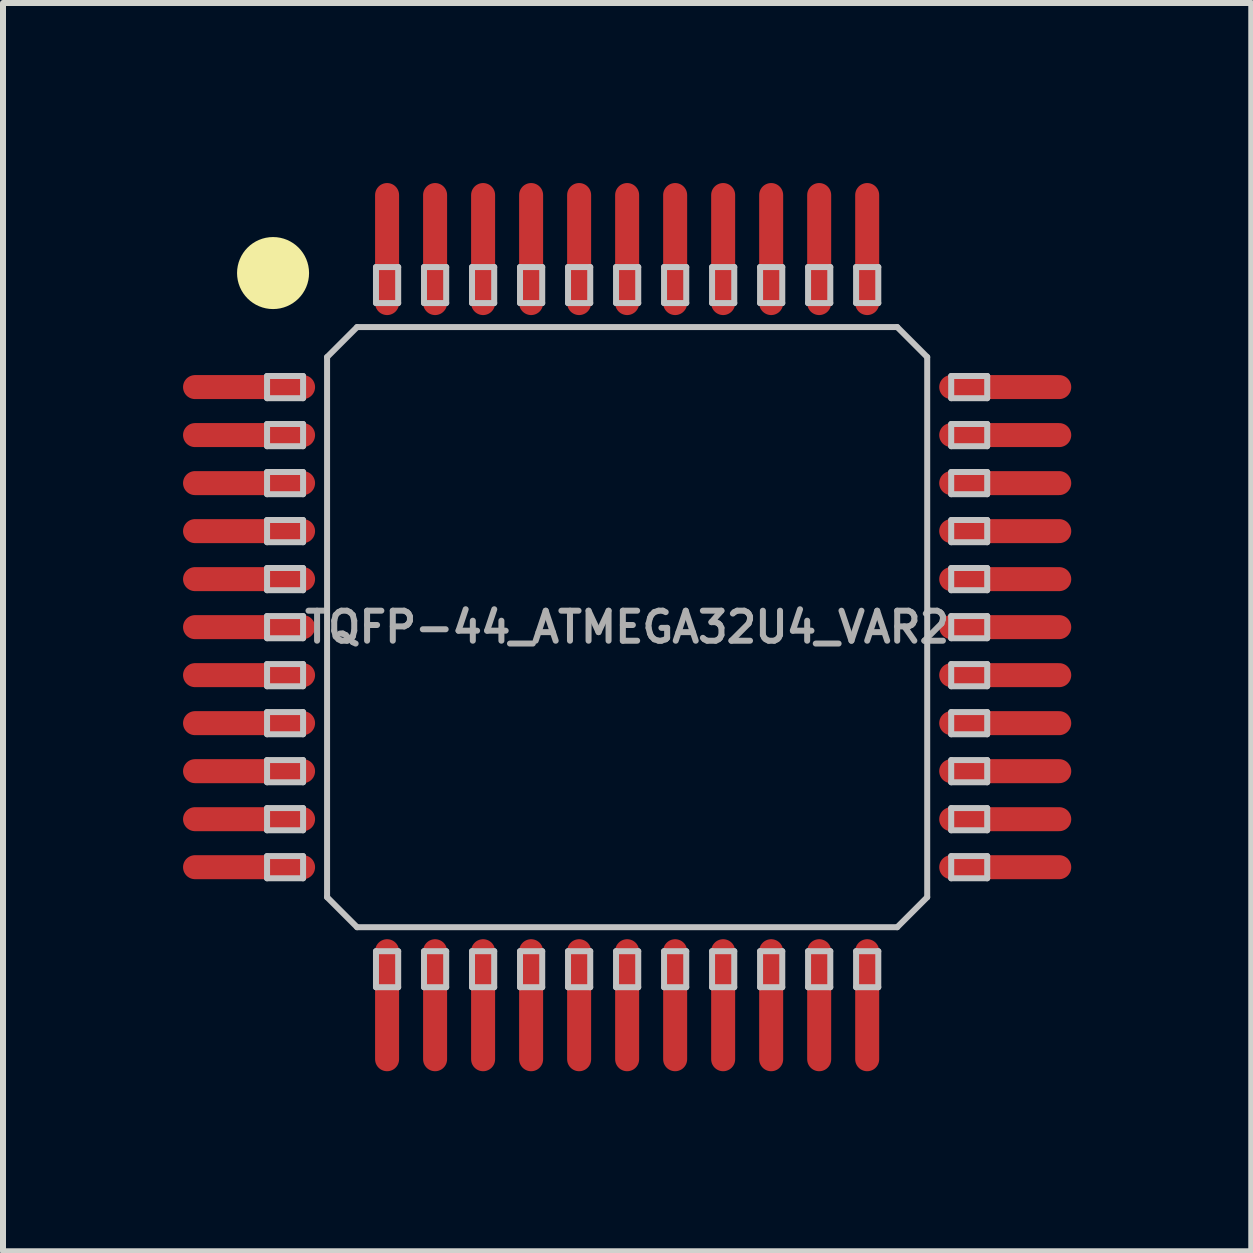
<source format=kicad_pcb>
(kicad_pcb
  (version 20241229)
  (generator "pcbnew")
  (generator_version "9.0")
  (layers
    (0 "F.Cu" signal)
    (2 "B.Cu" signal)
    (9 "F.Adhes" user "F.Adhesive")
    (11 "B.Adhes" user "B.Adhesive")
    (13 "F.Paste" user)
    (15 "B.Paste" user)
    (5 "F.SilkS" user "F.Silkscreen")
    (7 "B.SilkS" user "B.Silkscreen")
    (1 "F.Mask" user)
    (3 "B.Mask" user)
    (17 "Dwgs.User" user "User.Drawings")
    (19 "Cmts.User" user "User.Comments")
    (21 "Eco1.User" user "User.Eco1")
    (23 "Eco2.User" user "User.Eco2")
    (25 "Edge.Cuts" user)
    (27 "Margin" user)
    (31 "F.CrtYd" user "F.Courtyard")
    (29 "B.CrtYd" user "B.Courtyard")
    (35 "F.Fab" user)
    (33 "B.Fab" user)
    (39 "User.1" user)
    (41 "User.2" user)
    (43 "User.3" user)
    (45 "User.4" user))
  (footprint "TQFP-44_ATMEGA32U4_VAR2"
    (layer "F.Cu")
    (at 7.4 7.4)
    (property "Reference" "TQFP-44_ATMEGA32U4_VAR2" (at 0 0 0) (layer "F.Fab") (effects (font (size 0.5 0.5) (thickness 0.1))))
    (attr smd)
    (fp_circle (center -5.9 -5.9) (end -5.9 -5.6) (stroke (width 0.6) (type solid)) (fill no) (layer "F.SilkS"))
    (fp_line (start -6 -4.185) (end -5.4 -4.185) (stroke (width 0.1) (type solid)) (layer "Dwgs.User"))
    (fp_line (start -6 -3.815) (end -6 -4.185) (stroke (width 0.1) (type solid)) (layer "Dwgs.User"))
    (fp_line (start -6 -3.815) (end -5.4 -3.815) (stroke (width 0.1) (type solid)) (layer "Dwgs.User"))
    (fp_line (start -6 -3.385) (end -5.4 -3.385) (stroke (width 0.1) (type solid)) (layer "Dwgs.User"))
    (fp_line (start -6 -3.015) (end -6 -3.385) (stroke (width 0.1) (type solid)) (layer "Dwgs.User"))
    (fp_line (start -6 -3.015) (end -5.4 -3.015) (stroke (width 0.1) (type solid)) (layer "Dwgs.User"))
    (fp_line (start -6 -2.585) (end -5.4 -2.585) (stroke (width 0.1) (type solid)) (layer "Dwgs.User"))
    (fp_line (start -6 -2.215) (end -6 -2.585) (stroke (width 0.1) (type solid)) (layer "Dwgs.User"))
    (fp_line (start -6 -2.215) (end -5.4 -2.215) (stroke (width 0.1) (type solid)) (layer "Dwgs.User"))
    (fp_line (start -6 -1.785) (end -5.4 -1.785) (stroke (width 0.1) (type solid)) (layer "Dwgs.User"))
    (fp_line (start -6 -1.415) (end -6 -1.785) (stroke (width 0.1) (type solid)) (layer "Dwgs.User"))
    (fp_line (start -6 -1.415) (end -5.4 -1.415) (stroke (width 0.1) (type solid)) (layer "Dwgs.User"))
    (fp_line (start -6 -0.985) (end -5.4 -0.985) (stroke (width 0.1) (type solid)) (layer "Dwgs.User"))
    (fp_line (start -6 -0.615) (end -6 -0.985) (stroke (width 0.1) (type solid)) (layer "Dwgs.User"))
    (fp_line (start -6 -0.615) (end -5.4 -0.615) (stroke (width 0.1) (type solid)) (layer "Dwgs.User"))
    (fp_line (start -6 -0.185) (end -5.4 -0.185) (stroke (width 0.1) (type solid)) (layer "Dwgs.User"))
    (fp_line (start -6 0.185) (end -6 -0.185) (stroke (width 0.1) (type solid)) (layer "Dwgs.User"))
    (fp_line (start -6 0.185) (end -5.4 0.185) (stroke (width 0.1) (type solid)) (layer "Dwgs.User"))
    (fp_line (start -6 0.615) (end -5.4 0.615) (stroke (width 0.1) (type solid)) (layer "Dwgs.User"))
    (fp_line (start -6 0.985) (end -6 0.615) (stroke (width 0.1) (type solid)) (layer "Dwgs.User"))
    (fp_line (start -6 0.985) (end -5.4 0.985) (stroke (width 0.1) (type solid)) (layer "Dwgs.User"))
    (fp_line (start -6 1.415) (end -5.4 1.415) (stroke (width 0.1) (type solid)) (layer "Dwgs.User"))
    (fp_line (start -6 1.785) (end -6 1.415) (stroke (width 0.1) (type solid)) (layer "Dwgs.User"))
    (fp_line (start -6 1.785) (end -5.4 1.785) (stroke (width 0.1) (type solid)) (layer "Dwgs.User"))
    (fp_line (start -6 2.215) (end -5.4 2.215) (stroke (width 0.1) (type solid)) (layer "Dwgs.User"))
    (fp_line (start -6 2.585) (end -6 2.215) (stroke (width 0.1) (type solid)) (layer "Dwgs.User"))
    (fp_line (start -6 2.585) (end -5.4 2.585) (stroke (width 0.1) (type solid)) (layer "Dwgs.User"))
    (fp_line (start -6 3.015) (end -5.4 3.015) (stroke (width 0.1) (type solid)) (layer "Dwgs.User"))
    (fp_line (start -6 3.385) (end -6 3.015) (stroke (width 0.1) (type solid)) (layer "Dwgs.User"))
    (fp_line (start -6 3.385) (end -5.4 3.385) (stroke (width 0.1) (type solid)) (layer "Dwgs.User"))
    (fp_line (start -6 3.815) (end -5.4 3.815) (stroke (width 0.1) (type solid)) (layer "Dwgs.User"))
    (fp_line (start -6 4.185) (end -6 3.815) (stroke (width 0.1) (type solid)) (layer "Dwgs.User"))
    (fp_line (start -6 4.185) (end -5.4 4.185) (stroke (width 0.1) (type solid)) (layer "Dwgs.User"))
    (fp_line (start -5.4 -3.815) (end -5.4 -4.185) (stroke (width 0.1) (type solid)) (layer "Dwgs.User"))
    (fp_line (start -5.4 -3.015) (end -5.4 -3.385) (stroke (width 0.1) (type solid)) (layer "Dwgs.User"))
    (fp_line (start -5.4 -2.215) (end -5.4 -2.585) (stroke (width 0.1) (type solid)) (layer "Dwgs.User"))
    (fp_line (start -5.4 -1.415) (end -5.4 -1.785) (stroke (width 0.1) (type solid)) (layer "Dwgs.User"))
    (fp_line (start -5.4 -0.615) (end -5.4 -0.985) (stroke (width 0.1) (type solid)) (layer "Dwgs.User"))
    (fp_line (start -5.4 0.185) (end -5.4 -0.185) (stroke (width 0.1) (type solid)) (layer "Dwgs.User"))
    (fp_line (start -5.4 0.985) (end -5.4 0.615) (stroke (width 0.1) (type solid)) (layer "Dwgs.User"))
    (fp_line (start -5.4 1.785) (end -5.4 1.415) (stroke (width 0.1) (type solid)) (layer "Dwgs.User"))
    (fp_line (start -5.4 2.585) (end -5.4 2.215) (stroke (width 0.1) (type solid)) (layer "Dwgs.User"))
    (fp_line (start -5.4 3.385) (end -5.4 3.015) (stroke (width 0.1) (type solid)) (layer "Dwgs.User"))
    (fp_line (start -5.4 4.185) (end -5.4 3.815) (stroke (width 0.1) (type solid)) (layer "Dwgs.User"))
    (fp_line (start -5 -4.5) (end -5 4.5) (stroke (width 0.1) (type solid)) (layer "Dwgs.User"))
    (fp_line (start -5 -4.5) (end -4.5 -5) (stroke (width 0.1) (type solid)) (layer "Dwgs.User"))
    (fp_line (start -5 4.5) (end -4.5 5) (stroke (width 0.1) (type solid)) (layer "Dwgs.User"))
    (fp_line (start -4.5 -5) (end 4.5 -5) (stroke (width 0.1) (type solid)) (layer "Dwgs.User"))
    (fp_line (start -4.5 5) (end 4.5 5) (stroke (width 0.1) (type solid)) (layer "Dwgs.User"))
    (fp_line (start -4.185 -6) (end -4.185 -5.4) (stroke (width 0.1) (type solid)) (layer "Dwgs.User"))
    (fp_line (start -4.185 -6) (end -3.815 -6) (stroke (width 0.1) (type solid)) (layer "Dwgs.User"))
    (fp_line (start -4.185 -5.4) (end -3.815 -5.4) (stroke (width 0.1) (type solid)) (layer "Dwgs.User"))
    (fp_line (start -4.185 5.4) (end -4.185 6) (stroke (width 0.1) (type solid)) (layer "Dwgs.User"))
    (fp_line (start -4.185 5.4) (end -3.815 5.4) (stroke (width 0.1) (type solid)) (layer "Dwgs.User"))
    (fp_line (start -4.185 6) (end -3.815 6) (stroke (width 0.1) (type solid)) (layer "Dwgs.User"))
    (fp_line (start -3.815 -6) (end -3.815 -5.4) (stroke (width 0.1) (type solid)) (layer "Dwgs.User"))
    (fp_line (start -3.815 5.4) (end -3.815 6) (stroke (width 0.1) (type solid)) (layer "Dwgs.User"))
    (fp_line (start -3.385 -6) (end -3.385 -5.4) (stroke (width 0.1) (type solid)) (layer "Dwgs.User"))
    (fp_line (start -3.385 -6) (end -3.015 -6) (stroke (width 0.1) (type solid)) (layer "Dwgs.User"))
    (fp_line (start -3.385 -5.4) (end -3.015 -5.4) (stroke (width 0.1) (type solid)) (layer "Dwgs.User"))
    (fp_line (start -3.385 5.4) (end -3.385 6) (stroke (width 0.1) (type solid)) (layer "Dwgs.User"))
    (fp_line (start -3.385 5.4) (end -3.015 5.4) (stroke (width 0.1) (type solid)) (layer "Dwgs.User"))
    (fp_line (start -3.385 6) (end -3.015 6) (stroke (width 0.1) (type solid)) (layer "Dwgs.User"))
    (fp_line (start -3.015 -6) (end -3.015 -5.4) (stroke (width 0.1) (type solid)) (layer "Dwgs.User"))
    (fp_line (start -3.015 5.4) (end -3.015 6) (stroke (width 0.1) (type solid)) (layer "Dwgs.User"))
    (fp_line (start -2.585 -6) (end -2.585 -5.4) (stroke (width 0.1) (type solid)) (layer "Dwgs.User"))
    (fp_line (start -2.585 -6) (end -2.215 -6) (stroke (width 0.1) (type solid)) (layer "Dwgs.User"))
    (fp_line (start -2.585 -5.4) (end -2.215 -5.4) (stroke (width 0.1) (type solid)) (layer "Dwgs.User"))
    (fp_line (start -2.585 5.4) (end -2.585 6) (stroke (width 0.1) (type solid)) (layer "Dwgs.User"))
    (fp_line (start -2.585 5.4) (end -2.215 5.4) (stroke (width 0.1) (type solid)) (layer "Dwgs.User"))
    (fp_line (start -2.585 6) (end -2.215 6) (stroke (width 0.1) (type solid)) (layer "Dwgs.User"))
    (fp_line (start -2.215 -6) (end -2.215 -5.4) (stroke (width 0.1) (type solid)) (layer "Dwgs.User"))
    (fp_line (start -2.215 5.4) (end -2.215 6) (stroke (width 0.1) (type solid)) (layer "Dwgs.User"))
    (fp_line (start -1.785 -6) (end -1.785 -5.4) (stroke (width 0.1) (type solid)) (layer "Dwgs.User"))
    (fp_line (start -1.785 -6) (end -1.415 -6) (stroke (width 0.1) (type solid)) (layer "Dwgs.User"))
    (fp_line (start -1.785 -5.4) (end -1.415 -5.4) (stroke (width 0.1) (type solid)) (layer "Dwgs.User"))
    (fp_line (start -1.785 5.4) (end -1.785 6) (stroke (width 0.1) (type solid)) (layer "Dwgs.User"))
    (fp_line (start -1.785 5.4) (end -1.415 5.4) (stroke (width 0.1) (type solid)) (layer "Dwgs.User"))
    (fp_line (start -1.785 6) (end -1.415 6) (stroke (width 0.1) (type solid)) (layer "Dwgs.User"))
    (fp_line (start -1.415 -6) (end -1.415 -5.4) (stroke (width 0.1) (type solid)) (layer "Dwgs.User"))
    (fp_line (start -1.415 5.4) (end -1.415 6) (stroke (width 0.1) (type solid)) (layer "Dwgs.User"))
    (fp_line (start -0.985 -6) (end -0.985 -5.4) (stroke (width 0.1) (type solid)) (layer "Dwgs.User"))
    (fp_line (start -0.985 -6) (end -0.615 -6) (stroke (width 0.1) (type solid)) (layer "Dwgs.User"))
    (fp_line (start -0.985 -5.4) (end -0.615 -5.4) (stroke (width 0.1) (type solid)) (layer "Dwgs.User"))
    (fp_line (start -0.985 5.4) (end -0.985 6) (stroke (width 0.1) (type solid)) (layer "Dwgs.User"))
    (fp_line (start -0.985 5.4) (end -0.615 5.4) (stroke (width 0.1) (type solid)) (layer "Dwgs.User"))
    (fp_line (start -0.985 6) (end -0.615 6) (stroke (width 0.1) (type solid)) (layer "Dwgs.User"))
    (fp_line (start -0.615 -6) (end -0.615 -5.4) (stroke (width 0.1) (type solid)) (layer "Dwgs.User"))
    (fp_line (start -0.615 5.4) (end -0.615 6) (stroke (width 0.1) (type solid)) (layer "Dwgs.User"))
    (fp_line (start -0.185 -6) (end -0.185 -5.4) (stroke (width 0.1) (type solid)) (layer "Dwgs.User"))
    (fp_line (start -0.185 -6) (end 0.185 -6) (stroke (width 0.1) (type solid)) (layer "Dwgs.User"))
    (fp_line (start -0.185 -5.4) (end 0.185 -5.4) (stroke (width 0.1) (type solid)) (layer "Dwgs.User"))
    (fp_line (start -0.185 5.4) (end -0.185 6) (stroke (width 0.1) (type solid)) (layer "Dwgs.User"))
    (fp_line (start -0.185 5.4) (end 0.185 5.4) (stroke (width 0.1) (type solid)) (layer "Dwgs.User"))
    (fp_line (start -0.185 6) (end 0.185 6) (stroke (width 0.1) (type solid)) (layer "Dwgs.User"))
    (fp_line (start 0.185 -6) (end 0.185 -5.4) (stroke (width 0.1) (type solid)) (layer "Dwgs.User"))
    (fp_line (start 0.185 5.4) (end 0.185 6) (stroke (width 0.1) (type solid)) (layer "Dwgs.User"))
    (fp_line (start 0.615 -6) (end 0.615 -5.4) (stroke (width 0.1) (type solid)) (layer "Dwgs.User"))
    (fp_line (start 0.615 -6) (end 0.985 -6) (stroke (width 0.1) (type solid)) (layer "Dwgs.User"))
    (fp_line (start 0.615 -5.4) (end 0.985 -5.4) (stroke (width 0.1) (type solid)) (layer "Dwgs.User"))
    (fp_line (start 0.615 5.4) (end 0.615 6) (stroke (width 0.1) (type solid)) (layer "Dwgs.User"))
    (fp_line (start 0.615 5.4) (end 0.985 5.4) (stroke (width 0.1) (type solid)) (layer "Dwgs.User"))
    (fp_line (start 0.615 6) (end 0.985 6) (stroke (width 0.1) (type solid)) (layer "Dwgs.User"))
    (fp_line (start 0.985 -6) (end 0.985 -5.4) (stroke (width 0.1) (type solid)) (layer "Dwgs.User"))
    (fp_line (start 0.985 5.4) (end 0.985 6) (stroke (width 0.1) (type solid)) (layer "Dwgs.User"))
    (fp_line (start 1.415 -6) (end 1.415 -5.4) (stroke (width 0.1) (type solid)) (layer "Dwgs.User"))
    (fp_line (start 1.415 -6) (end 1.785 -6) (stroke (width 0.1) (type solid)) (layer "Dwgs.User"))
    (fp_line (start 1.415 -5.4) (end 1.785 -5.4) (stroke (width 0.1) (type solid)) (layer "Dwgs.User"))
    (fp_line (start 1.415 5.4) (end 1.415 6) (stroke (width 0.1) (type solid)) (layer "Dwgs.User"))
    (fp_line (start 1.415 5.4) (end 1.785 5.4) (stroke (width 0.1) (type solid)) (layer "Dwgs.User"))
    (fp_line (start 1.415 6) (end 1.785 6) (stroke (width 0.1) (type solid)) (layer "Dwgs.User"))
    (fp_line (start 1.785 -6) (end 1.785 -5.4) (stroke (width 0.1) (type solid)) (layer "Dwgs.User"))
    (fp_line (start 1.785 5.4) (end 1.785 6) (stroke (width 0.1) (type solid)) (layer "Dwgs.User"))
    (fp_line (start 2.215 -6) (end 2.215 -5.4) (stroke (width 0.1) (type solid)) (layer "Dwgs.User"))
    (fp_line (start 2.215 -6) (end 2.585 -6) (stroke (width 0.1) (type solid)) (layer "Dwgs.User"))
    (fp_line (start 2.215 -5.4) (end 2.585 -5.4) (stroke (width 0.1) (type solid)) (layer "Dwgs.User"))
    (fp_line (start 2.215 5.4) (end 2.215 6) (stroke (width 0.1) (type solid)) (layer "Dwgs.User"))
    (fp_line (start 2.215 5.4) (end 2.585 5.4) (stroke (width 0.1) (type solid)) (layer "Dwgs.User"))
    (fp_line (start 2.215 6) (end 2.585 6) (stroke (width 0.1) (type solid)) (layer "Dwgs.User"))
    (fp_line (start 2.585 -6) (end 2.585 -5.4) (stroke (width 0.1) (type solid)) (layer "Dwgs.User"))
    (fp_line (start 2.585 5.4) (end 2.585 6) (stroke (width 0.1) (type solid)) (layer "Dwgs.User"))
    (fp_line (start 3.015 -6) (end 3.015 -5.4) (stroke (width 0.1) (type solid)) (layer "Dwgs.User"))
    (fp_line (start 3.015 -6) (end 3.385 -6) (stroke (width 0.1) (type solid)) (layer "Dwgs.User"))
    (fp_line (start 3.015 -5.4) (end 3.385 -5.4) (stroke (width 0.1) (type solid)) (layer "Dwgs.User"))
    (fp_line (start 3.015 5.4) (end 3.015 6) (stroke (width 0.1) (type solid)) (layer "Dwgs.User"))
    (fp_line (start 3.015 5.4) (end 3.385 5.4) (stroke (width 0.1) (type solid)) (layer "Dwgs.User"))
    (fp_line (start 3.015 6) (end 3.385 6) (stroke (width 0.1) (type solid)) (layer "Dwgs.User"))
    (fp_line (start 3.385 -6) (end 3.385 -5.4) (stroke (width 0.1) (type solid)) (layer "Dwgs.User"))
    (fp_line (start 3.385 5.4) (end 3.385 6) (stroke (width 0.1) (type solid)) (layer "Dwgs.User"))
    (fp_line (start 3.815 -6) (end 3.815 -5.4) (stroke (width 0.1) (type solid)) (layer "Dwgs.User"))
    (fp_line (start 3.815 -6) (end 4.185 -6) (stroke (width 0.1) (type solid)) (layer "Dwgs.User"))
    (fp_line (start 3.815 -5.4) (end 4.185 -5.4) (stroke (width 0.1) (type solid)) (layer "Dwgs.User"))
    (fp_line (start 3.815 5.4) (end 3.815 6) (stroke (width 0.1) (type solid)) (layer "Dwgs.User"))
    (fp_line (start 3.815 5.4) (end 4.185 5.4) (stroke (width 0.1) (type solid)) (layer "Dwgs.User"))
    (fp_line (start 3.815 6) (end 4.185 6) (stroke (width 0.1) (type solid)) (layer "Dwgs.User"))
    (fp_line (start 4.185 -6) (end 4.185 -5.4) (stroke (width 0.1) (type solid)) (layer "Dwgs.User"))
    (fp_line (start 4.185 5.4) (end 4.185 6) (stroke (width 0.1) (type solid)) (layer "Dwgs.User"))
    (fp_line (start 5 -4.5) (end 4.5 -5) (stroke (width 0.1) (type solid)) (layer "Dwgs.User"))
    (fp_line (start 5 -4.5) (end 5 4.5) (stroke (width 0.1) (type solid)) (layer "Dwgs.User"))
    (fp_line (start 5 4.5) (end 4.5 5) (stroke (width 0.1) (type solid)) (layer "Dwgs.User"))
    (fp_line (start 5.4 -4.185) (end 6 -4.185) (stroke (width 0.1) (type solid)) (layer "Dwgs.User"))
    (fp_line (start 5.4 -3.815) (end 5.4 -4.185) (stroke (width 0.1) (type solid)) (layer "Dwgs.User"))
    (fp_line (start 5.4 -3.815) (end 6 -3.815) (stroke (width 0.1) (type solid)) (layer "Dwgs.User"))
    (fp_line (start 5.4 -3.385) (end 6 -3.385) (stroke (width 0.1) (type solid)) (layer "Dwgs.User"))
    (fp_line (start 5.4 -3.015) (end 5.4 -3.385) (stroke (width 0.1) (type solid)) (layer "Dwgs.User"))
    (fp_line (start 5.4 -3.015) (end 6 -3.015) (stroke (width 0.1) (type solid)) (layer "Dwgs.User"))
    (fp_line (start 5.4 -2.585) (end 6 -2.585) (stroke (width 0.1) (type solid)) (layer "Dwgs.User"))
    (fp_line (start 5.4 -2.215) (end 5.4 -2.585) (stroke (width 0.1) (type solid)) (layer "Dwgs.User"))
    (fp_line (start 5.4 -2.215) (end 6 -2.215) (stroke (width 0.1) (type solid)) (layer "Dwgs.User"))
    (fp_line (start 5.4 -1.785) (end 6 -1.785) (stroke (width 0.1) (type solid)) (layer "Dwgs.User"))
    (fp_line (start 5.4 -1.415) (end 5.4 -1.785) (stroke (width 0.1) (type solid)) (layer "Dwgs.User"))
    (fp_line (start 5.4 -1.415) (end 6 -1.415) (stroke (width 0.1) (type solid)) (layer "Dwgs.User"))
    (fp_line (start 5.4 -0.985) (end 6 -0.985) (stroke (width 0.1) (type solid)) (layer "Dwgs.User"))
    (fp_line (start 5.4 -0.615) (end 5.4 -0.985) (stroke (width 0.1) (type solid)) (layer "Dwgs.User"))
    (fp_line (start 5.4 -0.615) (end 6 -0.615) (stroke (width 0.1) (type solid)) (layer "Dwgs.User"))
    (fp_line (start 5.4 -0.185) (end 6 -0.185) (stroke (width 0.1) (type solid)) (layer "Dwgs.User"))
    (fp_line (start 5.4 0.185) (end 5.4 -0.185) (stroke (width 0.1) (type solid)) (layer "Dwgs.User"))
    (fp_line (start 5.4 0.185) (end 6 0.185) (stroke (width 0.1) (type solid)) (layer "Dwgs.User"))
    (fp_line (start 5.4 0.615) (end 6 0.615) (stroke (width 0.1) (type solid)) (layer "Dwgs.User"))
    (fp_line (start 5.4 0.985) (end 5.4 0.615) (stroke (width 0.1) (type solid)) (layer "Dwgs.User"))
    (fp_line (start 5.4 0.985) (end 6 0.985) (stroke (width 0.1) (type solid)) (layer "Dwgs.User"))
    (fp_line (start 5.4 1.415) (end 6 1.415) (stroke (width 0.1) (type solid)) (layer "Dwgs.User"))
    (fp_line (start 5.4 1.785) (end 5.4 1.415) (stroke (width 0.1) (type solid)) (layer "Dwgs.User"))
    (fp_line (start 5.4 1.785) (end 6 1.785) (stroke (width 0.1) (type solid)) (layer "Dwgs.User"))
    (fp_line (start 5.4 2.215) (end 6 2.215) (stroke (width 0.1) (type solid)) (layer "Dwgs.User"))
    (fp_line (start 5.4 2.585) (end 5.4 2.215) (stroke (width 0.1) (type solid)) (layer "Dwgs.User"))
    (fp_line (start 5.4 2.585) (end 6 2.585) (stroke (width 0.1) (type solid)) (layer "Dwgs.User"))
    (fp_line (start 5.4 3.015) (end 6 3.015) (stroke (width 0.1) (type solid)) (layer "Dwgs.User"))
    (fp_line (start 5.4 3.385) (end 5.4 3.015) (stroke (width 0.1) (type solid)) (layer "Dwgs.User"))
    (fp_line (start 5.4 3.385) (end 6 3.385) (stroke (width 0.1) (type solid)) (layer "Dwgs.User"))
    (fp_line (start 5.4 3.815) (end 6 3.815) (stroke (width 0.1) (type solid)) (layer "Dwgs.User"))
    (fp_line (start 5.4 4.185) (end 5.4 3.815) (stroke (width 0.1) (type solid)) (layer "Dwgs.User"))
    (fp_line (start 5.4 4.185) (end 6 4.185) (stroke (width 0.1) (type solid)) (layer "Dwgs.User"))
    (fp_line (start 6 -3.815) (end 6 -4.185) (stroke (width 0.1) (type solid)) (layer "Dwgs.User"))
    (fp_line (start 6 -3.015) (end 6 -3.385) (stroke (width 0.1) (type solid)) (layer "Dwgs.User"))
    (fp_line (start 6 -2.215) (end 6 -2.585) (stroke (width 0.1) (type solid)) (layer "Dwgs.User"))
    (fp_line (start 6 -1.415) (end 6 -1.785) (stroke (width 0.1) (type solid)) (layer "Dwgs.User"))
    (fp_line (start 6 -0.615) (end 6 -0.985) (stroke (width 0.1) (type solid)) (layer "Dwgs.User"))
    (fp_line (start 6 0.185) (end 6 -0.185) (stroke (width 0.1) (type solid)) (layer "Dwgs.User"))
    (fp_line (start 6 0.985) (end 6 0.615) (stroke (width 0.1) (type solid)) (layer "Dwgs.User"))
    (fp_line (start 6 1.785) (end 6 1.415) (stroke (width 0.1) (type solid)) (layer "Dwgs.User"))
    (fp_line (start 6 2.585) (end 6 2.215) (stroke (width 0.1) (type solid)) (layer "Dwgs.User"))
    (fp_line (start 6 3.385) (end 6 3.015) (stroke (width 0.1) (type solid)) (layer "Dwgs.User"))
    (fp_line (start 6 4.185) (end 6 3.815) (stroke (width 0.1) (type solid)) (layer "Dwgs.User"))
    (pad "1" smd oval (at -6.3 -4) (size 2.2 0.4) (layers "F.Cu" "F.Mask" "F.Paste"))
    (pad "2" smd oval (at -6.3 -3.2) (size 2.2 0.4) (layers "F.Cu" "F.Mask" "F.Paste"))
    (pad "3" smd oval (at -6.3 -2.4) (size 2.2 0.4) (layers "F.Cu" "F.Mask" "F.Paste"))
    (pad "4" smd oval (at -6.3 -1.6) (size 2.2 0.4) (layers "F.Cu" "F.Mask" "F.Paste"))
    (pad "5" smd oval (at -6.3 -0.8) (size 2.2 0.4) (layers "F.Cu" "F.Mask" "F.Paste"))
    (pad "6" smd oval (at -6.3 0) (size 2.2 0.4) (layers "F.Cu" "F.Mask" "F.Paste"))
    (pad "7" smd oval (at -6.3 0.8) (size 2.2 0.4) (layers "F.Cu" "F.Mask" "F.Paste"))
    (pad "8" smd oval (at -6.3 1.6) (size 2.2 0.4) (layers "F.Cu" "F.Mask" "F.Paste"))
    (pad "9" smd oval (at -6.3 2.4) (size 2.2 0.4) (layers "F.Cu" "F.Mask" "F.Paste"))
    (pad "10" smd oval (at -6.3 3.2) (size 2.2 0.4) (layers "F.Cu" "F.Mask" "F.Paste"))
    (pad "11" smd oval (at -6.3 4) (size 2.2 0.4) (layers "F.Cu" "F.Mask" "F.Paste"))
    (pad "12" smd oval (at -4 6.3 90) (size 2.2 0.4) (layers "F.Cu" "F.Mask" "F.Paste"))
    (pad "13" smd oval (at -3.2 6.3 90) (size 2.2 0.4) (layers "F.Cu" "F.Mask" "F.Paste"))
    (pad "14" smd oval (at -2.4 6.3 90) (size 2.2 0.4) (layers "F.Cu" "F.Mask" "F.Paste"))
    (pad "15" smd oval (at -1.6 6.3 90) (size 2.2 0.4) (layers "F.Cu" "F.Mask" "F.Paste"))
    (pad "16" smd oval (at -0.8 6.3 90) (size 2.2 0.4) (layers "F.Cu" "F.Mask" "F.Paste"))
    (pad "17" smd oval (at 0 6.3 90) (size 2.2 0.4) (layers "F.Cu" "F.Mask" "F.Paste"))
    (pad "18" smd oval (at 0.8 6.3 90) (size 2.2 0.4) (layers "F.Cu" "F.Mask" "F.Paste"))
    (pad "19" smd oval (at 1.6 6.3 90) (size 2.2 0.4) (layers "F.Cu" "F.Mask" "F.Paste"))
    (pad "20" smd oval (at 2.4 6.3 90) (size 2.2 0.4) (layers "F.Cu" "F.Mask" "F.Paste"))
    (pad "21" smd oval (at 3.2 6.3 90) (size 2.2 0.4) (layers "F.Cu" "F.Mask" "F.Paste"))
    (pad "22" smd oval (at 4 6.3 90) (size 2.2 0.4) (layers "F.Cu" "F.Mask" "F.Paste"))
    (pad "23" smd oval (at 6.3 4) (size 2.2 0.4) (layers "F.Cu" "F.Mask" "F.Paste"))
    (pad "24" smd oval (at 6.3 3.2) (size 2.2 0.4) (layers "F.Cu" "F.Mask" "F.Paste"))
    (pad "25" smd oval (at 6.3 2.4) (size 2.2 0.4) (layers "F.Cu" "F.Mask" "F.Paste"))
    (pad "26" smd oval (at 6.3 1.6) (size 2.2 0.4) (layers "F.Cu" "F.Mask" "F.Paste"))
    (pad "27" smd oval (at 6.3 0.8) (size 2.2 0.4) (layers "F.Cu" "F.Mask" "F.Paste"))
    (pad "28" smd oval (at 6.3 0) (size 2.2 0.4) (layers "F.Cu" "F.Mask" "F.Paste"))
    (pad "29" smd oval (at 6.3 -0.8) (size 2.2 0.4) (layers "F.Cu" "F.Mask" "F.Paste"))
    (pad "30" smd oval (at 6.3 -1.6) (size 2.2 0.4) (layers "F.Cu" "F.Mask" "F.Paste"))
    (pad "31" smd oval (at 6.3 -2.4) (size 2.2 0.4) (layers "F.Cu" "F.Mask" "F.Paste"))
    (pad "32" smd oval (at 6.3 -3.2) (size 2.2 0.4) (layers "F.Cu" "F.Mask" "F.Paste"))
    (pad "33" smd oval (at 6.3 -4) (size 2.2 0.4) (layers "F.Cu" "F.Mask" "F.Paste"))
    (pad "34" smd oval (at 4 -6.3 90) (size 2.2 0.4) (layers "F.Cu" "F.Mask" "F.Paste"))
    (pad "35" smd oval (at 3.2 -6.3 90) (size 2.2 0.4) (layers "F.Cu" "F.Mask" "F.Paste"))
    (pad "36" smd oval (at 2.4 -6.3 90) (size 2.2 0.4) (layers "F.Cu" "F.Mask" "F.Paste"))
    (pad "37" smd oval (at 1.6 -6.3 90) (size 2.2 0.4) (layers "F.Cu" "F.Mask" "F.Paste"))
    (pad "38" smd oval (at 0.8 -6.3 90) (size 2.2 0.4) (layers "F.Cu" "F.Mask" "F.Paste"))
    (pad "39" smd oval (at 0 -6.3 90) (size 2.2 0.4) (layers "F.Cu" "F.Mask" "F.Paste"))
    (pad "40" smd oval (at -0.8 -6.3 90) (size 2.2 0.4) (layers "F.Cu" "F.Mask" "F.Paste"))
    (pad "41" smd oval (at -1.6 -6.3 90) (size 2.2 0.4) (layers "F.Cu" "F.Mask" "F.Paste"))
    (pad "42" smd oval (at -2.4 -6.3 90) (size 2.2 0.4) (layers "F.Cu" "F.Mask" "F.Paste"))
    (pad "43" smd oval (at -3.2 -6.3 90) (size 2.2 0.4) (layers "F.Cu" "F.Mask" "F.Paste"))
    (pad "44" smd oval (at -4 -6.3 90) (size 2.2 0.4) (layers "F.Cu" "F.Mask" "F.Paste")))
  (gr_rect
    (start -3 -3)
    (end 17.8 17.8)
    (stroke (width 0.1) (type default))
    (fill no)
    (layer "Edge.Cuts")))
</source>
